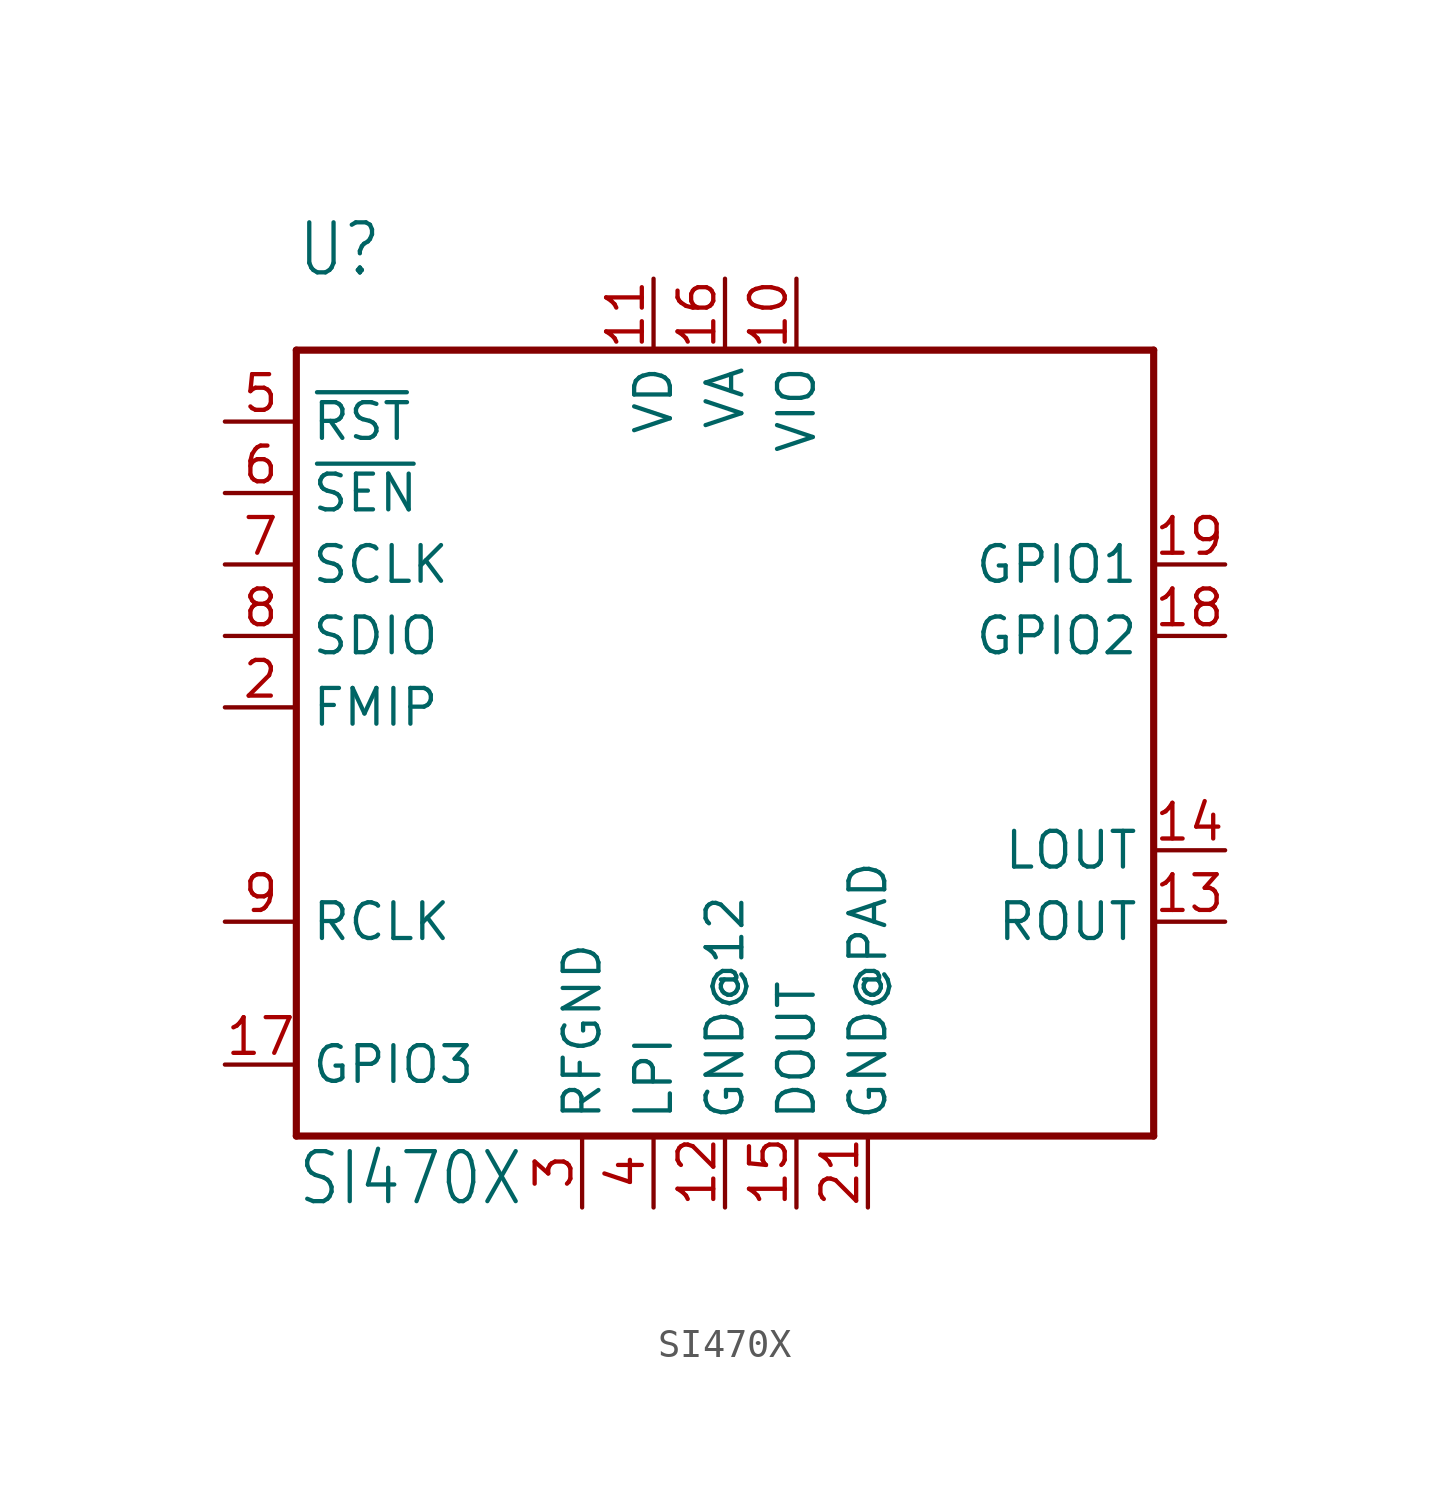
<source format=kicad_sym>
(kicad_symbol_lib
  (version 20211014)
  (generator kicad_symbol_editor)
  (symbol "SI470X"
    (property "Reference" "U"
      (at -15.24 15.24 0)
      (effects (font (size 1.778 1.511)) (justify left bottom)))
    (property "Value" "SI470X"
      (at -15.24 -17.78 0)
      (effects (font (size 1.778 1.511)) (justify left bottom)))
    (property "ki_locked" ""
      (at 0 0 0)
      (effects (font (size 1.27 1.27))))
    (symbol "SI470X_1_0"
      (polyline (pts (xy -15.24 -15.24) (xy -15.24 12.7)) (stroke (width 0.254) (type default) (color 0 0 0 0)) (fill (type none)))
      (polyline (pts (xy -15.24 12.7) (xy 15.24 12.7)) (stroke (width 0.254) (type default) (color 0 0 0 0)) (fill (type none)))
      (polyline (pts (xy 15.24 -15.24) (xy -15.24 -15.24)) (stroke (width 0.254) (type default) (color 0 0 0 0)) (fill (type none)))
      (polyline (pts (xy 15.24 12.7) (xy 15.24 -15.24)) (stroke (width 0.254) (type default) (color 0 0 0 0)) (fill (type none)))
      (pin bidirectional line (at 2.54 15.24 270) (length 2.54) (name "VIO" (effects (font (size 1.27 1.27)))) (number "10" (effects (font (size 1.27 1.27)))))
      (pin bidirectional line (at -2.54 15.24 270) (length 2.54) (name "VD" (effects (font (size 1.27 1.27)))) (number "11" (effects (font (size 1.27 1.27)))))
      (pin bidirectional line (at 0 -17.78 90) (length 2.54) (name "GND@12" (effects (font (size 1.27 1.27)))) (number "12" (effects (font (size 1.27 1.27)))))
      (pin bidirectional line (at 17.78 -7.62 180) (length 2.54) (name "ROUT" (effects (font (size 1.27 1.27)))) (number "13" (effects (font (size 1.27 1.27)))))
      (pin bidirectional line (at 17.78 -5.08 180) (length 2.54) (name "LOUT" (effects (font (size 1.27 1.27)))) (number "14" (effects (font (size 1.27 1.27)))))
      (pin bidirectional line (at 2.54 -17.78 90) (length 2.54) (name "DOUT" (effects (font (size 1.27 1.27)))) (number "15" (effects (font (size 1.27 1.27)))))
      (pin bidirectional line (at 0 15.24 270) (length 2.54) (name "VA" (effects (font (size 1.27 1.27)))) (number "16" (effects (font (size 1.27 1.27)))))
      (pin bidirectional line (at -17.78 -12.7 0) (length 2.54) (name "GPIO3" (effects (font (size 1.27 1.27)))) (number "17" (effects (font (size 1.27 1.27)))))
      (pin bidirectional line (at 17.78 2.54 180) (length 2.54) (name "GPIO2" (effects (font (size 1.27 1.27)))) (number "18" (effects (font (size 1.27 1.27)))))
      (pin bidirectional line (at 17.78 5.08 180) (length 2.54) (name "GPIO1" (effects (font (size 1.27 1.27)))) (number "19" (effects (font (size 1.27 1.27)))))
      (pin bidirectional line (at -17.78 0 0) (length 2.54) (name "FMIP" (effects (font (size 1.27 1.27)))) (number "2" (effects (font (size 1.27 1.27)))))
      (pin bidirectional line (at 5.08 -17.78 90) (length 2.54) (name "GND@PAD" (effects (font (size 1.27 1.27)))) (number "21" (effects (font (size 1.27 1.27)))))
      (pin bidirectional line (at -5.08 -17.78 90) (length 2.54) (name "RFGND" (effects (font (size 1.27 1.27)))) (number "3" (effects (font (size 1.27 1.27)))))
      (pin bidirectional line (at -2.54 -17.78 90) (length 2.54) (name "LPI" (effects (font (size 1.27 1.27)))) (number "4" (effects (font (size 1.27 1.27)))))
      (pin bidirectional line (at -17.78 10.16 0) (length 2.54) (name "~{RST}" (effects (font (size 1.27 1.27)))) (number "5" (effects (font (size 1.27 1.27)))))
      (pin bidirectional line (at -17.78 7.62 0) (length 2.54) (name "~{SEN}" (effects (font (size 1.27 1.27)))) (number "6" (effects (font (size 1.27 1.27)))))
      (pin bidirectional line (at -17.78 5.08 0) (length 2.54) (name "SCLK" (effects (font (size 1.27 1.27)))) (number "7" (effects (font (size 1.27 1.27)))))
      (pin bidirectional line (at -17.78 2.54 0) (length 2.54) (name "SDIO" (effects (font (size 1.27 1.27)))) (number "8" (effects (font (size 1.27 1.27)))))
      (pin bidirectional line (at -17.78 -7.62 0) (length 2.54) (name "RCLK" (effects (font (size 1.27 1.27)))) (number "9" (effects (font (size 1.27 1.27))))))))
</source>
